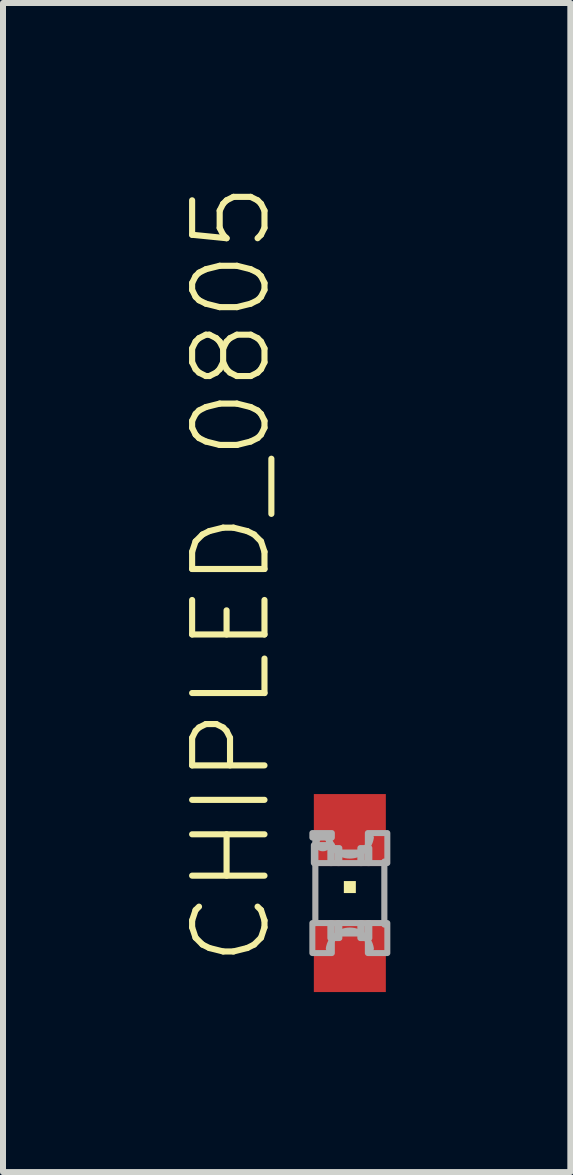
<source format=kicad_pcb>
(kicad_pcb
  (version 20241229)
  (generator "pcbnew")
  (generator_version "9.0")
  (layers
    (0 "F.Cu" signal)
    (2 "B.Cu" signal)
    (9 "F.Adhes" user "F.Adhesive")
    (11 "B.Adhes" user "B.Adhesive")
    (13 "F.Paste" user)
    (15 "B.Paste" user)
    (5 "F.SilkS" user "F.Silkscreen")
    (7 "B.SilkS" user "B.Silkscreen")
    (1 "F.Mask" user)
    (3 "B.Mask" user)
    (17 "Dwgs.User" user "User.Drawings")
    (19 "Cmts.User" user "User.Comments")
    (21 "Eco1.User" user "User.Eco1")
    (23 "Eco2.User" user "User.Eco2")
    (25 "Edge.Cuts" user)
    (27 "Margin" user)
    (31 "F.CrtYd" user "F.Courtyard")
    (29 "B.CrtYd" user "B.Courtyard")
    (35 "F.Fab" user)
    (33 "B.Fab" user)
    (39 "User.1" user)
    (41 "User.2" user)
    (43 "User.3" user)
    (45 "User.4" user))
  (footprint "CHIPLED_0805"
    (layer "F.Cu")
    (at 2.781 11.835)
    (property "Reference" "CHIPLED_0805" (at -1.27 1.27 90) (layer "F.SilkS") (effects (font (size 1.206 1.206) (thickness 0.102)) (justify left bottom)))
    (attr through_hole)
    (fp_poly (pts (xy -0.1 0) (xy 0.1 0) (xy 0.1 -0.2) (xy -0.1 -0.2)) (stroke (width 0) (type solid)) (fill yes) (layer "F.SilkS"))
    (fp_line (start -0.575 0.5) (end -0.575 -0.925) (stroke (width 0.102) (type solid)) (layer "F.Fab"))
    (fp_line (start 0.575 -0.525) (end 0.575 0.525) (stroke (width 0.102) (type solid)) (layer "F.Fab"))
    (fp_arc (start -0.35 0.925) (mid -0.000001 0.625027) (end 0.35 0.924998) (stroke (width 0.1016) (type solid)) (layer "F.Fab"))
    (fp_arc (start 0.35 -0.924998) (mid -0.000001 -0.625027) (end -0.35 -0.925) (stroke (width 0.1016) (type solid)) (layer "F.Fab"))
    (fp_circle (center -0.45 -0.85) (end -0.347 -0.85) (stroke (width 0.102) (type solid)) (fill no) (layer "F.Fab"))
    (fp_poly (pts (xy -0.625 -0.925) (xy -0.3 -0.925) (xy -0.3 -1) (xy -0.625 -1)) (stroke (width 0.1) (type solid)) (fill no) (layer "F.Fab"))
    (fp_poly (pts (xy -0.625 1) (xy -0.3 1) (xy -0.3 0.5) (xy -0.625 0.5)) (stroke (width 0.1) (type solid)) (fill no) (layer "F.Fab"))
    (fp_poly (pts (xy -0.6 -0.5) (xy -0.3 -0.5) (xy -0.3 -0.8) (xy -0.6 -0.8)) (stroke (width 0.1) (type solid)) (fill no) (layer "F.Fab"))
    (fp_poly (pts (xy -0.325 -0.5) (xy -0.175 -0.5) (xy -0.175 -0.75) (xy -0.325 -0.75)) (stroke (width 0.1) (type solid)) (fill no) (layer "F.Fab"))
    (fp_poly (pts (xy -0.325 0.75) (xy -0.175 0.75) (xy -0.175 0.5) (xy -0.325 0.5)) (stroke (width 0.1) (type solid)) (fill no) (layer "F.Fab"))
    (fp_poly (pts (xy -0.2 -0.5) (xy 0.2 -0.5) (xy 0.2 -0.675) (xy -0.2 -0.675)) (stroke (width 0.1) (type solid)) (fill no) (layer "F.Fab"))
    (fp_poly (pts (xy -0.2 0.675) (xy 0.2 0.675) (xy 0.2 0.5) (xy -0.2 0.5)) (stroke (width 0.1) (type solid)) (fill no) (layer "F.Fab"))
    (fp_poly (pts (xy 0.175 -0.5) (xy 0.325 -0.5) (xy 0.325 -0.75) (xy 0.175 -0.75)) (stroke (width 0.1) (type solid)) (fill no) (layer "F.Fab"))
    (fp_poly (pts (xy 0.175 0.75) (xy 0.325 0.75) (xy 0.325 0.5) (xy 0.175 0.5)) (stroke (width 0.1) (type solid)) (fill no) (layer "F.Fab"))
    (fp_poly (pts (xy 0.3 -0.5) (xy 0.625 -0.5) (xy 0.625 -1) (xy 0.3 -1)) (stroke (width 0.1) (type solid)) (fill no) (layer "F.Fab"))
    (fp_poly (pts (xy 0.3 1) (xy 0.625 1) (xy 0.625 0.5) (xy 0.3 0.5)) (stroke (width 0.1) (type solid)) (fill no) (layer "F.Fab"))
    (pad "A" smd rect (at 0 1.05) (size 1.2 1.2) (layers "F.Cu" "F.Mask" "F.Paste"))
    (pad "C" smd rect (at 0 -1.05) (size 1.2 1.2) (layers "F.Cu" "F.Mask" "F.Paste")))
  (gr_rect
    (start -3 -3)
    (end 6.456 16.485)
    (stroke (width 0.1) (type default))
    (fill no)
    (layer "Edge.Cuts")))
</source>
